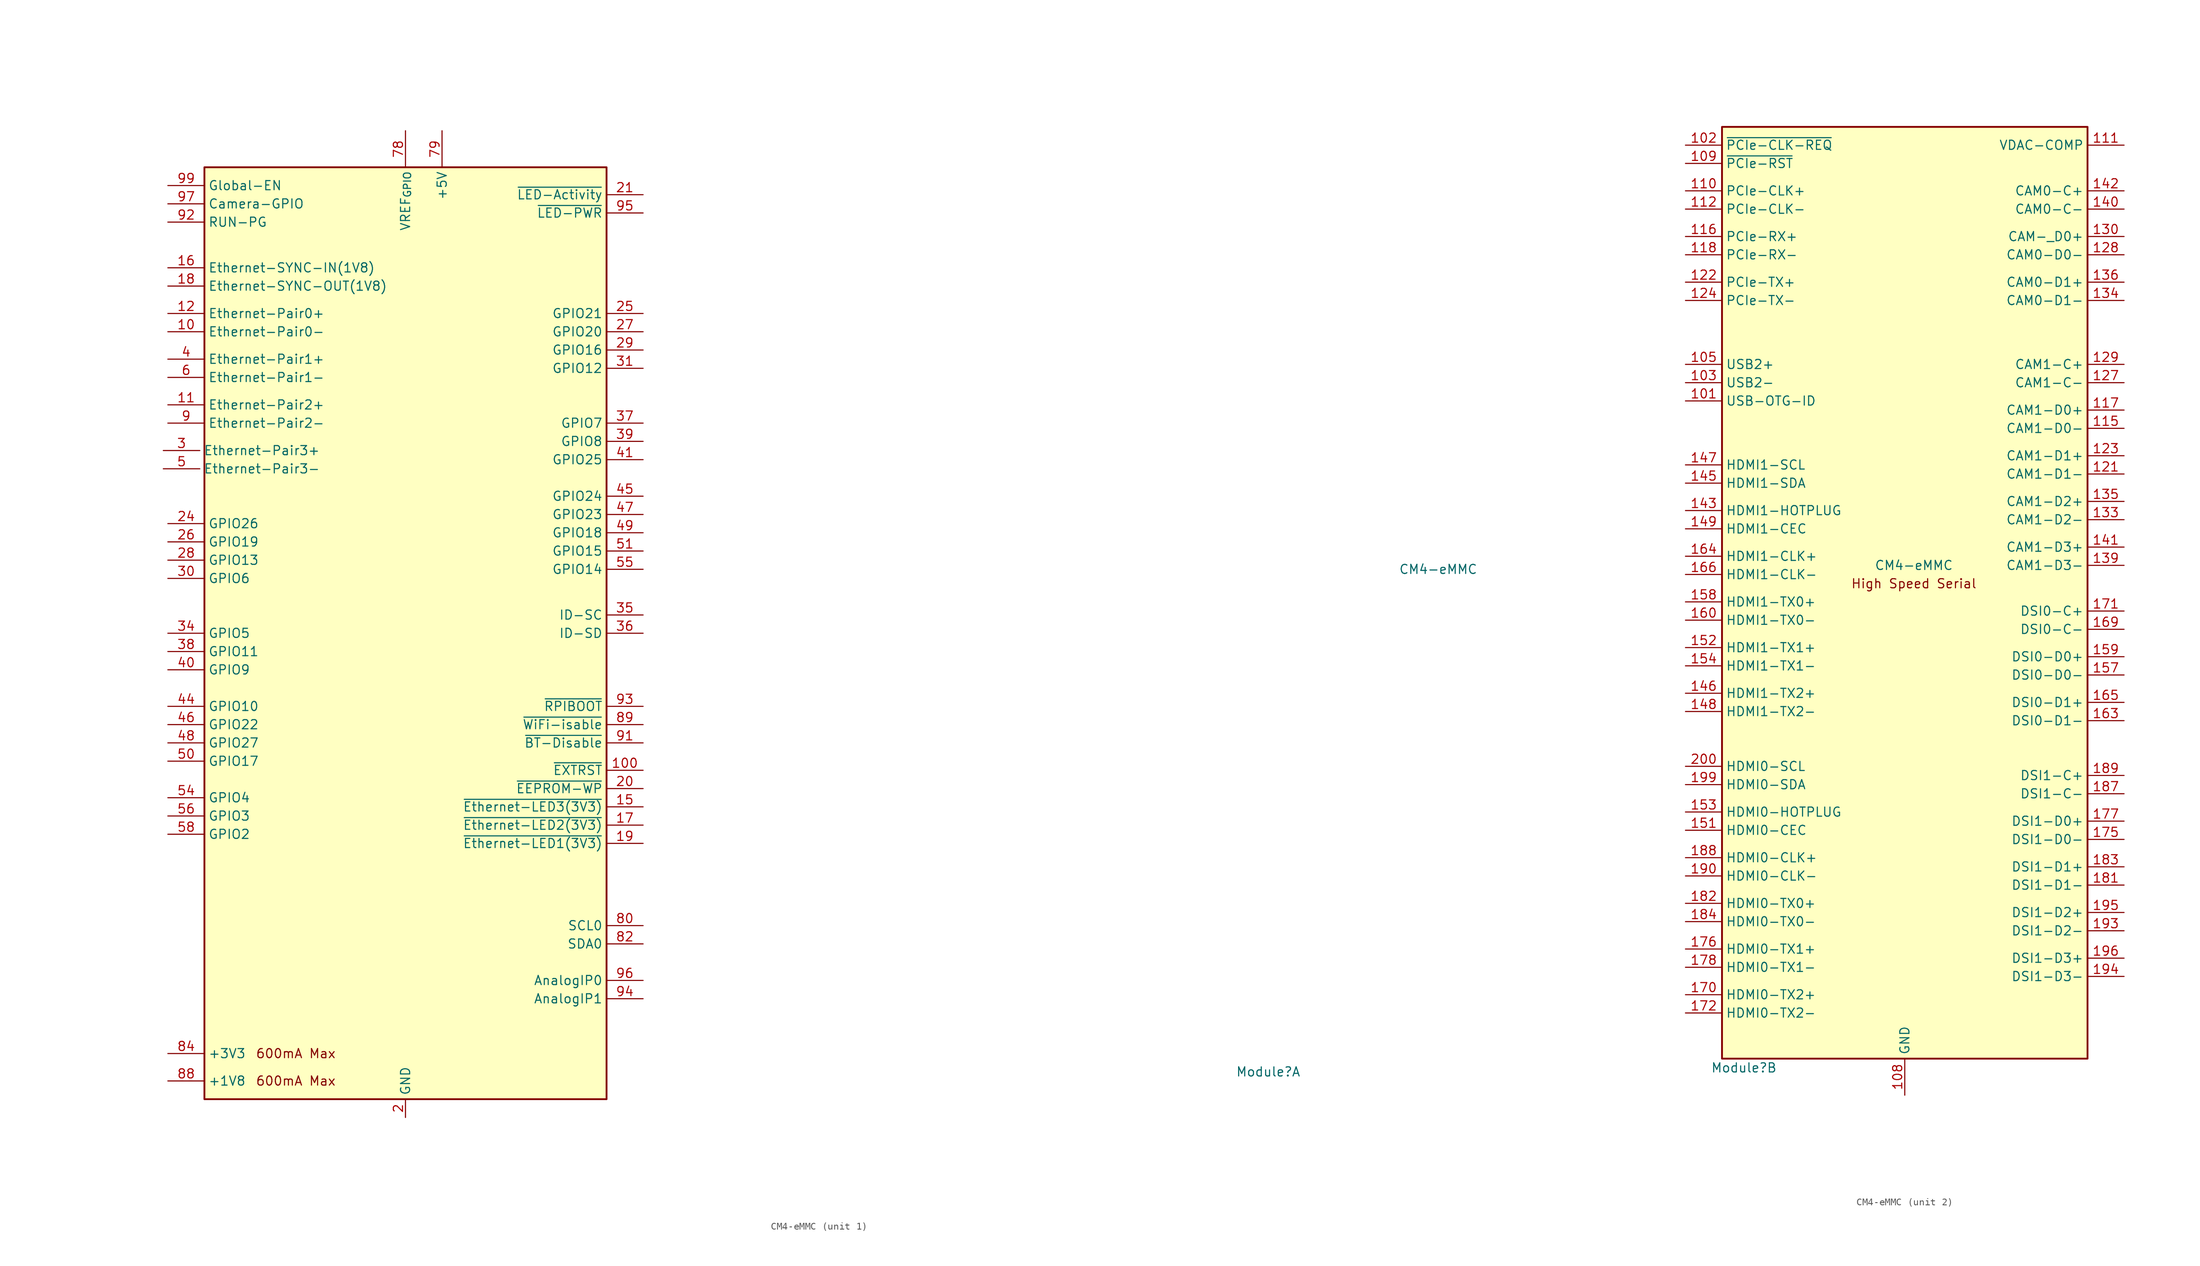
<source format=kicad_sym>
(kicad_symbol_lib
  (version 20231120)
  (generator "kicad_symbol_editor")
  (generator_version "8.0")
  (symbol "CM4-eMMC"
    (property "Reference" "Module"
      (at 117.348 -67.31 0)
      (effects (font (size 1.27 1.27))))
    (property "Value" "CM4-eMMC"
      (at 140.97 2.54 0)
      (effects (font (size 1.27 1.27))))
    (symbol "CM4-eMMC_1_1"
      (rectangle (start -30.48 58.42) (end 25.4 -71.12) (stroke (width 0.254) (type default)) (fill (type background)))
      (text "600mA Max" (at -17.78 -68.58 0) (effects (font (size 1.27 1.27))))
      (text "600mA Max" (at -17.78 -64.77 0) (effects (font (size 1.27 1.27))))
      (pin power_in line (at -2.54 -73.66 90) (length 2.54) hide (name "GND" (effects (font (size 1.27 1.27)))) (number "1" (effects (font (size 1.27 1.27)))))
      (pin bidirectional line (at -35.56 35.56 0) (length 5.08) (name "Ethernet-Pair0-" (effects (font (size 1.27 1.27)))) (number "10" (effects (font (size 1.27 1.27)))))
      (pin output line (at 30.48 -25.4 180) (length 5.08) (name "~{EXTRST}" (effects (font (size 1.27 1.27)))) (number "100" (effects (font (size 1.27 1.27)))))
      (pin bidirectional line (at -35.56 25.4 0) (length 5.08) (name "Ethernet-Pair2+" (effects (font (size 1.27 1.27)))) (number "11" (effects (font (size 1.27 1.27)))))
      (pin bidirectional line (at -35.56 38.1 0) (length 5.08) (name "Ethernet-Pair0+" (effects (font (size 1.27 1.27)))) (number "12" (effects (font (size 1.27 1.27)))))
      (pin power_in line (at -2.54 -73.66 90) (length 2.54) hide (name "GND" (effects (font (size 1.27 1.27)))) (number "13" (effects (font (size 1.27 1.27)))))
      (pin power_in line (at -2.54 -73.66 90) (length 2.54) hide (name "GND" (effects (font (size 1.27 1.27)))) (number "14" (effects (font (size 1.27 1.27)))))
      (pin output line (at 30.48 -30.48 180) (length 5.08) (name "~{Ethernet-LED3(3V3)}" (effects (font (size 1.27 1.27)))) (number "15" (effects (font (size 1.27 1.27)))))
      (pin input line (at -35.56 44.45 0) (length 5.08) (name "Ethernet-SYNC-IN(1V8)" (effects (font (size 1.27 1.27)))) (number "16" (effects (font (size 1.27 1.27)))))
      (pin output line (at 30.48 -33.02 180) (length 5.08) (name "~{Ethernet-LED2(3V3)}" (effects (font (size 1.27 1.27)))) (number "17" (effects (font (size 1.27 1.27)))))
      (pin input line (at -35.56 41.91 0) (length 5.08) (name "Ethernet-SYNC-OUT(1V8)" (effects (font (size 1.27 1.27)))) (number "18" (effects (font (size 1.27 1.27)))))
      (pin output line (at 30.48 -35.56 180) (length 5.08) (name "~{Ethernet-LED1(3V3)}" (effects (font (size 1.27 1.27)))) (number "19" (effects (font (size 1.27 1.27)))))
      (pin power_in line (at -2.54 -73.66 90) (length 2.54) (name "GND" (effects (font (size 1.27 1.27)))) (number "2" (effects (font (size 1.27 1.27)))))
      (pin bidirectional line (at 30.48 -27.94 180) (length 5.08) (name "~{EEPROM-WP}" (effects (font (size 1.27 1.27)))) (number "20" (effects (font (size 1.27 1.27)))))
      (pin open_collector line (at 30.48 54.61 180) (length 5.08) (name "~{LED-Activity}" (effects (font (size 1.27 1.27)))) (number "21" (effects (font (size 1.27 1.27)))))
      (pin power_in line (at -2.54 -73.66 90) (length 2.54) hide (name "GND" (effects (font (size 1.27 1.27)))) (number "22" (effects (font (size 1.27 1.27)))))
      (pin power_in line (at -2.54 -73.66 90) (length 2.54) hide (name "GND" (effects (font (size 1.27 1.27)))) (number "23" (effects (font (size 1.27 1.27)))))
      (pin bidirectional line (at -35.56 8.89 0) (length 5.08) (name "GPIO26" (effects (font (size 1.27 1.27)))) (number "24" (effects (font (size 1.27 1.27)))))
      (pin bidirectional line (at 30.48 38.1 180) (length 5.08) (name "GPIO21" (effects (font (size 1.27 1.27)))) (number "25" (effects (font (size 1.27 1.27)))))
      (pin bidirectional line (at -35.56 6.35 0) (length 5.08) (name "GPIO19" (effects (font (size 1.27 1.27)))) (number "26" (effects (font (size 1.27 1.27)))))
      (pin bidirectional line (at 30.48 35.56 180) (length 5.08) (name "GPIO20" (effects (font (size 1.27 1.27)))) (number "27" (effects (font (size 1.27 1.27)))))
      (pin bidirectional line (at -35.56 3.81 0) (length 5.08) (name "GPIO13" (effects (font (size 1.27 1.27)))) (number "28" (effects (font (size 1.27 1.27)))))
      (pin bidirectional line (at 30.48 33.02 180) (length 5.08) (name "GPIO16" (effects (font (size 1.27 1.27)))) (number "29" (effects (font (size 1.27 1.27)))))
      (pin bidirectional line (at -36.195 19.05 0) (length 5.08) (name "Ethernet-Pair3+" (effects (font (size 1.27 1.27)))) (number "3" (effects (font (size 1.27 1.27)))))
      (pin bidirectional line (at -35.56 1.27 0) (length 5.08) (name "GPIO6" (effects (font (size 1.27 1.27)))) (number "30" (effects (font (size 1.27 1.27)))))
      (pin bidirectional line (at 30.48 30.48 180) (length 5.08) (name "GPIO12" (effects (font (size 1.27 1.27)))) (number "31" (effects (font (size 1.27 1.27)))))
      (pin power_in line (at -2.54 -73.66 90) (length 2.54) hide (name "GND" (effects (font (size 1.27 1.27)))) (number "32" (effects (font (size 1.27 1.27)))))
      (pin power_in line (at -2.54 -73.66 90) (length 2.54) hide (name "GND" (effects (font (size 1.27 1.27)))) (number "33" (effects (font (size 1.27 1.27)))))
      (pin bidirectional line (at -35.56 -6.35 0) (length 5.08) (name "GPIO5" (effects (font (size 1.27 1.27)))) (number "34" (effects (font (size 1.27 1.27)))))
      (pin bidirectional line (at 30.48 -3.81 180) (length 5.08) (name "ID-SC" (effects (font (size 1.27 1.27)))) (number "35" (effects (font (size 1.27 1.27)))))
      (pin bidirectional line (at 30.48 -6.35 180) (length 5.08) (name "ID-SD" (effects (font (size 1.27 1.27)))) (number "36" (effects (font (size 1.27 1.27)))))
      (pin bidirectional line (at 30.48 22.86 180) (length 5.08) (name "GPIO7" (effects (font (size 1.27 1.27)))) (number "37" (effects (font (size 1.27 1.27)))))
      (pin bidirectional line (at -35.56 -8.89 0) (length 5.08) (name "GPIO11" (effects (font (size 1.27 1.27)))) (number "38" (effects (font (size 1.27 1.27)))))
      (pin bidirectional line (at 30.48 20.32 180) (length 5.08) (name "GPIO8" (effects (font (size 1.27 1.27)))) (number "39" (effects (font (size 1.27 1.27)))))
      (pin bidirectional line (at -35.56 31.75 0) (length 5.08) (name "Ethernet-Pair1+" (effects (font (size 1.27 1.27)))) (number "4" (effects (font (size 1.27 1.27)))))
      (pin bidirectional line (at -35.56 -11.43 0) (length 5.08) (name "GPIO9" (effects (font (size 1.27 1.27)))) (number "40" (effects (font (size 1.27 1.27)))))
      (pin bidirectional line (at 30.48 17.78 180) (length 5.08) (name "GPIO25" (effects (font (size 1.27 1.27)))) (number "41" (effects (font (size 1.27 1.27)))))
      (pin power_in line (at -2.54 -73.66 90) (length 2.54) hide (name "GND" (effects (font (size 1.27 1.27)))) (number "42" (effects (font (size 1.27 1.27)))))
      (pin power_in line (at -2.54 -73.66 90) (length 2.54) hide (name "GND" (effects (font (size 1.27 1.27)))) (number "43" (effects (font (size 1.27 1.27)))))
      (pin bidirectional line (at -35.56 -16.51 0) (length 5.08) (name "GPIO10" (effects (font (size 1.27 1.27)))) (number "44" (effects (font (size 1.27 1.27)))))
      (pin bidirectional line (at 30.48 12.7 180) (length 5.08) (name "GPIO24" (effects (font (size 1.27 1.27)))) (number "45" (effects (font (size 1.27 1.27)))))
      (pin bidirectional line (at -35.56 -19.05 0) (length 5.08) (name "GPIO22" (effects (font (size 1.27 1.27)))) (number "46" (effects (font (size 1.27 1.27)))))
      (pin bidirectional line (at 30.48 10.16 180) (length 5.08) (name "GPIO23" (effects (font (size 1.27 1.27)))) (number "47" (effects (font (size 1.27 1.27)))))
      (pin bidirectional line (at -35.56 -21.59 0) (length 5.08) (name "GPIO27" (effects (font (size 1.27 1.27)))) (number "48" (effects (font (size 1.27 1.27)))))
      (pin bidirectional line (at 30.48 7.62 180) (length 5.08) (name "GPIO18" (effects (font (size 1.27 1.27)))) (number "49" (effects (font (size 1.27 1.27)))))
      (pin bidirectional line (at -36.195 16.51 0) (length 5.08) (name "Ethernet-Pair3-" (effects (font (size 1.27 1.27)))) (number "5" (effects (font (size 1.27 1.27)))))
      (pin bidirectional line (at -35.56 -24.13 0) (length 5.08) (name "GPIO17" (effects (font (size 1.27 1.27)))) (number "50" (effects (font (size 1.27 1.27)))))
      (pin bidirectional line (at 30.48 5.08 180) (length 5.08) (name "GPIO15" (effects (font (size 1.27 1.27)))) (number "51" (effects (font (size 1.27 1.27)))))
      (pin power_in line (at -2.54 -73.66 90) (length 2.54) hide (name "GND" (effects (font (size 1.27 1.27)))) (number "52" (effects (font (size 1.27 1.27)))))
      (pin power_in line (at -2.54 -73.66 90) (length 2.54) hide (name "GND" (effects (font (size 1.27 1.27)))) (number "53" (effects (font (size 1.27 1.27)))))
      (pin bidirectional line (at -35.56 -29.21 0) (length 5.08) (name "GPIO4" (effects (font (size 1.27 1.27)))) (number "54" (effects (font (size 1.27 1.27)))))
      (pin bidirectional line (at 30.48 2.54 180) (length 5.08) (name "GPIO14" (effects (font (size 1.27 1.27)))) (number "55" (effects (font (size 1.27 1.27)))))
      (pin bidirectional line (at -35.56 -31.75 0) (length 5.08) (name "GPIO3" (effects (font (size 1.27 1.27)))) (number "56" (effects (font (size 1.27 1.27)))))
      (pin bidirectional line (at -35.56 -34.29 0) (length 5.08) (name "GPIO2" (effects (font (size 1.27 1.27)))) (number "58" (effects (font (size 1.27 1.27)))))
      (pin power_in line (at -2.54 -73.66 90) (length 2.54) hide (name "GND" (effects (font (size 1.27 1.27)))) (number "59" (effects (font (size 1.27 1.27)))))
      (pin bidirectional line (at -35.56 29.21 0) (length 5.08) (name "Ethernet-Pair1-" (effects (font (size 1.27 1.27)))) (number "6" (effects (font (size 1.27 1.27)))))
      (pin power_in line (at -2.54 -73.66 90) (length 2.54) hide (name "GND" (effects (font (size 1.27 1.27)))) (number "60" (effects (font (size 1.27 1.27)))))
      (pin power_in line (at -2.54 -73.66 90) (length 2.54) hide (name "GND" (effects (font (size 1.27 1.27)))) (number "65" (effects (font (size 1.27 1.27)))))
      (pin power_in line (at -2.54 -73.66 90) (length 2.54) hide (name "GND" (effects (font (size 1.27 1.27)))) (number "66" (effects (font (size 1.27 1.27)))))
      (pin power_in line (at -2.54 -73.66 90) (length 2.54) hide (name "GND" (effects (font (size 1.27 1.27)))) (number "7" (effects (font (size 1.27 1.27)))))
      (pin power_in line (at -2.54 -73.66 90) (length 2.54) hide (name "GND" (effects (font (size 1.27 1.27)))) (number "71" (effects (font (size 1.27 1.27)))))
      (pin power_in line (at -2.54 -73.66 90) (length 2.54) hide (name "GND" (effects (font (size 1.27 1.27)))) (number "74" (effects (font (size 1.27 1.27)))))
      (pin passive line (at -35.56 -36.83 0) (length 5.08) hide (name "Reserved" (effects (font (size 1.27 1.27)))) (number "76" (effects (font (size 1.27 1.27)))))
      (pin power_in line (at 2.54 63.5 270) (length 5.08) hide (name "+5V" (effects (font (size 1.27 1.27)))) (number "77" (effects (font (size 1.27 1.27)))))
      (pin power_in line (at -2.54 63.5 270) (length 5.08) (name "VREF_{GPIO}" (effects (font (size 1.27 1.27)))) (number "78" (effects (font (size 1.27 1.27)))))
      (pin power_in line (at 2.54 63.5 270) (length 5.08) (name "+5V" (effects (font (size 1.27 1.27)))) (number "79" (effects (font (size 1.27 1.27)))))
      (pin power_in line (at -2.54 -73.66 90) (length 2.54) hide (name "GND" (effects (font (size 1.27 1.27)))) (number "8" (effects (font (size 1.27 1.27)))))
      (pin passive line (at 30.48 -46.99 180) (length 5.08) (name "SCL0" (effects (font (size 1.27 1.27)))) (number "80" (effects (font (size 1.27 1.27)))))
      (pin power_in line (at 2.54 63.5 270) (length 5.08) hide (name "+5V" (effects (font (size 1.27 1.27)))) (number "81" (effects (font (size 1.27 1.27)))))
      (pin passive line (at 30.48 -49.53 180) (length 5.08) (name "SDA0" (effects (font (size 1.27 1.27)))) (number "82" (effects (font (size 1.27 1.27)))))
      (pin power_in line (at 2.54 63.5 270) (length 5.08) hide (name "+5V" (effects (font (size 1.27 1.27)))) (number "83" (effects (font (size 1.27 1.27)))))
      (pin power_out line (at -35.56 -64.77 0) (length 5.08) (name "+3V3" (effects (font (size 1.27 1.27)))) (number "84" (effects (font (size 1.27 1.27)))))
      (pin power_in line (at 2.54 63.5 270) (length 5.08) hide (name "+5V" (effects (font (size 1.27 1.27)))) (number "85" (effects (font (size 1.27 1.27)))))
      (pin power_out line (at -35.56 -64.77 0) (length 5.08) hide (name "+3V3" (effects (font (size 1.27 1.27)))) (number "86" (effects (font (size 1.27 1.27)))))
      (pin power_in line (at 2.54 63.5 270) (length 5.08) hide (name "+5V" (effects (font (size 1.27 1.27)))) (number "87" (effects (font (size 1.27 1.27)))))
      (pin power_out line (at -35.56 -68.58 0) (length 5.08) (name "+1V8" (effects (font (size 1.27 1.27)))) (number "88" (effects (font (size 1.27 1.27)))))
      (pin input line (at 30.48 -19.05 180) (length 5.08) (name "~{WiFi-isable}" (effects (font (size 1.27 1.27)))) (number "89" (effects (font (size 1.27 1.27)))))
      (pin bidirectional line (at -35.56 22.86 0) (length 5.08) (name "Ethernet-Pair2-" (effects (font (size 1.27 1.27)))) (number "9" (effects (font (size 1.27 1.27)))))
      (pin power_out line (at -35.56 -68.58 0) (length 5.08) hide (name "+1V8" (effects (font (size 1.27 1.27)))) (number "90" (effects (font (size 1.27 1.27)))))
      (pin input line (at 30.48 -21.59 180) (length 5.08) (name "~{BT-Disable}" (effects (font (size 1.27 1.27)))) (number "91" (effects (font (size 1.27 1.27)))))
      (pin passive line (at -35.56 50.8 0) (length 5.08) (name "RUN-PG" (effects (font (size 1.27 1.27)))) (number "92" (effects (font (size 1.27 1.27)))))
      (pin input line (at 30.48 -16.51 180) (length 5.08) (name "~{RPIBOOT}" (effects (font (size 1.27 1.27)))) (number "93" (effects (font (size 1.27 1.27)))))
      (pin passive line (at 30.48 -57.15 180) (length 5.08) (name "AnalogIP1" (effects (font (size 1.27 1.27)))) (number "94" (effects (font (size 1.27 1.27)))))
      (pin output line (at 30.48 52.07 180) (length 5.08) (name "~{LED-PWR}" (effects (font (size 1.27 1.27)))) (number "95" (effects (font (size 1.27 1.27)))))
      (pin passive line (at 30.48 -54.61 180) (length 5.08) (name "AnalogIP0" (effects (font (size 1.27 1.27)))) (number "96" (effects (font (size 1.27 1.27)))))
      (pin passive line (at -35.56 53.34 0) (length 5.08) (name "Camera-GPIO" (effects (font (size 1.27 1.27)))) (number "97" (effects (font (size 1.27 1.27)))))
      (pin power_in line (at -2.54 -73.66 90) (length 2.54) hide (name "GND" (effects (font (size 1.27 1.27)))) (number "98" (effects (font (size 1.27 1.27)))))
      (pin input line (at -35.56 55.88 0) (length 5.08) (name "Global-EN" (effects (font (size 1.27 1.27)))) (number "99" (effects (font (size 1.27 1.27))))))
    (symbol "CM4-eMMC_2_1"
      (rectangle (start 114.3 63.5) (end 165.1 -66.04) (stroke (width 0.254) (type default)) (fill (type background)))
      (text "High Speed Serial" (at 140.97 0 0) (effects (font (size 1.27 1.27))))
      (pin input line (at 109.22 25.4 0) (length 5.08) (name "USB-OTG-ID" (effects (font (size 1.27 1.27)))) (number "101" (effects (font (size 1.27 1.27)))))
      (pin input line (at 109.22 60.96 0) (length 5.08) (name "~{PCIe-CLK-REQ}" (effects (font (size 1.27 1.27)))) (number "102" (effects (font (size 1.27 1.27)))))
      (pin passive line (at 109.22 27.94 0) (length 5.08) (name "USB2-" (effects (font (size 1.27 1.27)))) (number "103" (effects (font (size 1.27 1.27)))))
      (pin passive line (at 132.08 58.42 90) (length 5.08) hide (name "Reserved" (effects (font (size 1.27 1.27)))) (number "104" (effects (font (size 1.27 1.27)))))
      (pin passive line (at 109.22 30.48 0) (length 5.08) (name "USB2+" (effects (font (size 1.27 1.27)))) (number "105" (effects (font (size 1.27 1.27)))))
      (pin passive line (at 132.08 58.42 90) (length 5.08) hide (name "Reserved" (effects (font (size 1.27 1.27)))) (number "106" (effects (font (size 1.27 1.27)))))
      (pin power_in line (at 139.7 -71.12 90) (length 5.08) hide (name "GND" (effects (font (size 1.27 1.27)))) (number "107" (effects (font (size 1.27 1.27)))))
      (pin power_in line (at 139.7 -71.12 90) (length 5.08) (name "GND" (effects (font (size 1.27 1.27)))) (number "108" (effects (font (size 1.27 1.27)))))
      (pin bidirectional line (at 109.22 58.42 0) (length 5.08) (name "~{PCIe-RST}" (effects (font (size 1.27 1.27)))) (number "109" (effects (font (size 1.27 1.27)))))
      (pin output line (at 109.22 54.61 0) (length 5.08) (name "PCIe-CLK+" (effects (font (size 1.27 1.27)))) (number "110" (effects (font (size 1.27 1.27)))))
      (pin passive line (at 170.18 60.96 180) (length 5.08) (name "VDAC-COMP" (effects (font (size 1.27 1.27)))) (number "111" (effects (font (size 1.27 1.27)))))
      (pin output line (at 109.22 52.07 0) (length 5.08) (name "PCIe-CLK-" (effects (font (size 1.27 1.27)))) (number "112" (effects (font (size 1.27 1.27)))))
      (pin power_in line (at 139.7 -71.12 90) (length 5.08) hide (name "GND" (effects (font (size 1.27 1.27)))) (number "113" (effects (font (size 1.27 1.27)))))
      (pin power_in line (at 139.7 -71.12 90) (length 5.08) hide (name "GND" (effects (font (size 1.27 1.27)))) (number "114" (effects (font (size 1.27 1.27)))))
      (pin input line (at 170.18 21.59 180) (length 5.08) (name "CAM1-D0-" (effects (font (size 1.27 1.27)))) (number "115" (effects (font (size 1.27 1.27)))))
      (pin input line (at 109.22 48.26 0) (length 5.08) (name "PCIe-RX+" (effects (font (size 1.27 1.27)))) (number "116" (effects (font (size 1.27 1.27)))))
      (pin input line (at 170.18 24.13 180) (length 5.08) (name "CAM1-D0+" (effects (font (size 1.27 1.27)))) (number "117" (effects (font (size 1.27 1.27)))))
      (pin input line (at 109.22 45.72 0) (length 5.08) (name "PCIe-RX-" (effects (font (size 1.27 1.27)))) (number "118" (effects (font (size 1.27 1.27)))))
      (pin power_in line (at 139.7 -71.12 90) (length 5.08) hide (name "GND" (effects (font (size 1.27 1.27)))) (number "119" (effects (font (size 1.27 1.27)))))
      (pin power_in line (at 139.7 -71.12 90) (length 5.08) hide (name "GND" (effects (font (size 1.27 1.27)))) (number "120" (effects (font (size 1.27 1.27)))))
      (pin input line (at 170.18 15.24 180) (length 5.08) (name "CAM1-D1-" (effects (font (size 1.27 1.27)))) (number "121" (effects (font (size 1.27 1.27)))))
      (pin output line (at 109.22 41.91 0) (length 5.08) (name "PCIe-TX+" (effects (font (size 1.27 1.27)))) (number "122" (effects (font (size 1.27 1.27)))))
      (pin input line (at 170.18 17.78 180) (length 5.08) (name "CAM1-D1+" (effects (font (size 1.27 1.27)))) (number "123" (effects (font (size 1.27 1.27)))))
      (pin output line (at 109.22 39.37 0) (length 5.08) (name "PCIe-TX-" (effects (font (size 1.27 1.27)))) (number "124" (effects (font (size 1.27 1.27)))))
      (pin power_in line (at 139.7 -71.12 90) (length 5.08) hide (name "GND" (effects (font (size 1.27 1.27)))) (number "125" (effects (font (size 1.27 1.27)))))
      (pin power_in line (at 139.7 -71.12 90) (length 5.08) hide (name "GND" (effects (font (size 1.27 1.27)))) (number "126" (effects (font (size 1.27 1.27)))))
      (pin input line (at 170.18 27.94 180) (length 5.08) (name "CAM1-C-" (effects (font (size 1.27 1.27)))) (number "127" (effects (font (size 1.27 1.27)))))
      (pin input line (at 170.18 45.72 180) (length 5.08) (name "CAM0-D0-" (effects (font (size 1.27 1.27)))) (number "128" (effects (font (size 1.27 1.27)))))
      (pin input line (at 170.18 30.48 180) (length 5.08) (name "CAM1-C+" (effects (font (size 1.27 1.27)))) (number "129" (effects (font (size 1.27 1.27)))))
      (pin input line (at 170.18 48.26 180) (length 5.08) (name "CAM-_D0+" (effects (font (size 1.27 1.27)))) (number "130" (effects (font (size 1.27 1.27)))))
      (pin power_in line (at 139.7 -71.12 90) (length 5.08) hide (name "GND" (effects (font (size 1.27 1.27)))) (number "131" (effects (font (size 1.27 1.27)))))
      (pin power_in line (at 139.7 -71.12 90) (length 5.08) hide (name "GND" (effects (font (size 1.27 1.27)))) (number "132" (effects (font (size 1.27 1.27)))))
      (pin input line (at 170.18 8.89 180) (length 5.08) (name "CAM1-D2-" (effects (font (size 1.27 1.27)))) (number "133" (effects (font (size 1.27 1.27)))))
      (pin input line (at 170.18 39.37 180) (length 5.08) (name "CAM0-D1-" (effects (font (size 1.27 1.27)))) (number "134" (effects (font (size 1.27 1.27)))))
      (pin input line (at 170.18 11.43 180) (length 5.08) (name "CAM1-D2+" (effects (font (size 1.27 1.27)))) (number "135" (effects (font (size 1.27 1.27)))))
      (pin input line (at 170.18 41.91 180) (length 5.08) (name "CAM0-D1+" (effects (font (size 1.27 1.27)))) (number "136" (effects (font (size 1.27 1.27)))))
      (pin power_in line (at 139.7 -71.12 90) (length 5.08) hide (name "GND" (effects (font (size 1.27 1.27)))) (number "137" (effects (font (size 1.27 1.27)))))
      (pin power_in line (at 139.7 -71.12 90) (length 5.08) hide (name "GND" (effects (font (size 1.27 1.27)))) (number "138" (effects (font (size 1.27 1.27)))))
      (pin input line (at 170.18 2.54 180) (length 5.08) (name "CAM1-D3-" (effects (font (size 1.27 1.27)))) (number "139" (effects (font (size 1.27 1.27)))))
      (pin input line (at 170.18 52.07 180) (length 5.08) (name "CAM0-C-" (effects (font (size 1.27 1.27)))) (number "140" (effects (font (size 1.27 1.27)))))
      (pin input line (at 170.18 5.08 180) (length 5.08) (name "CAM1-D3+" (effects (font (size 1.27 1.27)))) (number "141" (effects (font (size 1.27 1.27)))))
      (pin input line (at 170.18 54.61 180) (length 5.08) (name "CAM0-C+" (effects (font (size 1.27 1.27)))) (number "142" (effects (font (size 1.27 1.27)))))
      (pin input line (at 109.22 10.16 0) (length 5.08) (name "HDMI1-HOTPLUG" (effects (font (size 1.27 1.27)))) (number "143" (effects (font (size 1.27 1.27)))))
      (pin power_in line (at 139.7 -71.12 90) (length 5.08) hide (name "GND" (effects (font (size 1.27 1.27)))) (number "144" (effects (font (size 1.27 1.27)))))
      (pin bidirectional line (at 109.22 13.97 0) (length 5.08) (name "HDMI1-SDA" (effects (font (size 1.27 1.27)))) (number "145" (effects (font (size 1.27 1.27)))))
      (pin output line (at 109.22 -15.24 0) (length 5.08) (name "HDMI1-TX2+" (effects (font (size 1.27 1.27)))) (number "146" (effects (font (size 1.27 1.27)))))
      (pin open_collector line (at 109.22 16.51 0) (length 5.08) (name "HDMI1-SCL" (effects (font (size 1.27 1.27)))) (number "147" (effects (font (size 1.27 1.27)))))
      (pin output line (at 109.22 -17.78 0) (length 5.08) (name "HDMI1-TX2-" (effects (font (size 1.27 1.27)))) (number "148" (effects (font (size 1.27 1.27)))))
      (pin open_collector line (at 109.22 7.62 0) (length 5.08) (name "HDMI1-CEC" (effects (font (size 1.27 1.27)))) (number "149" (effects (font (size 1.27 1.27)))))
      (pin power_in line (at 139.7 -71.12 90) (length 5.08) hide (name "GND" (effects (font (size 1.27 1.27)))) (number "150" (effects (font (size 1.27 1.27)))))
      (pin open_collector line (at 109.22 -34.29 0) (length 5.08) (name "HDMI0-CEC" (effects (font (size 1.27 1.27)))) (number "151" (effects (font (size 1.27 1.27)))))
      (pin output line (at 109.22 -8.89 0) (length 5.08) (name "HDMI1-TX1+" (effects (font (size 1.27 1.27)))) (number "152" (effects (font (size 1.27 1.27)))))
      (pin input line (at 109.22 -31.75 0) (length 5.08) (name "HDMI0-HOTPLUG" (effects (font (size 1.27 1.27)))) (number "153" (effects (font (size 1.27 1.27)))))
      (pin output line (at 109.22 -11.43 0) (length 5.08) (name "HDMI1-TX1-" (effects (font (size 1.27 1.27)))) (number "154" (effects (font (size 1.27 1.27)))))
      (pin power_in line (at 139.7 -71.12 90) (length 5.08) hide (name "GND" (effects (font (size 1.27 1.27)))) (number "155" (effects (font (size 1.27 1.27)))))
      (pin power_in line (at 139.7 -71.12 90) (length 5.08) hide (name "GND" (effects (font (size 1.27 1.27)))) (number "156" (effects (font (size 1.27 1.27)))))
      (pin output line (at 170.18 -12.7 180) (length 5.08) (name "DSI0-D0-" (effects (font (size 1.27 1.27)))) (number "157" (effects (font (size 1.27 1.27)))))
      (pin output line (at 109.22 -2.54 0) (length 5.08) (name "HDMI1-TX0+" (effects (font (size 1.27 1.27)))) (number "158" (effects (font (size 1.27 1.27)))))
      (pin output line (at 170.18 -10.16 180) (length 5.08) (name "DSI0-D0+" (effects (font (size 1.27 1.27)))) (number "159" (effects (font (size 1.27 1.27)))))
      (pin output line (at 109.22 -5.08 0) (length 5.08) (name "HDMI1-TX0-" (effects (font (size 1.27 1.27)))) (number "160" (effects (font (size 1.27 1.27)))))
      (pin power_in line (at 139.7 -71.12 90) (length 5.08) hide (name "GND" (effects (font (size 1.27 1.27)))) (number "161" (effects (font (size 1.27 1.27)))))
      (pin power_in line (at 139.7 -71.12 90) (length 5.08) hide (name "GND" (effects (font (size 1.27 1.27)))) (number "162" (effects (font (size 1.27 1.27)))))
      (pin output line (at 170.18 -19.05 180) (length 5.08) (name "DSI0-D1-" (effects (font (size 1.27 1.27)))) (number "163" (effects (font (size 1.27 1.27)))))
      (pin output line (at 109.22 3.81 0) (length 5.08) (name "HDMI1-CLK+" (effects (font (size 1.27 1.27)))) (number "164" (effects (font (size 1.27 1.27)))))
      (pin output line (at 170.18 -16.51 180) (length 5.08) (name "DSI0-D1+" (effects (font (size 1.27 1.27)))) (number "165" (effects (font (size 1.27 1.27)))))
      (pin output line (at 109.22 1.27 0) (length 5.08) (name "HDMI1-CLK-" (effects (font (size 1.27 1.27)))) (number "166" (effects (font (size 1.27 1.27)))))
      (pin power_in line (at 139.7 -71.12 90) (length 5.08) hide (name "GND" (effects (font (size 1.27 1.27)))) (number "167" (effects (font (size 1.27 1.27)))))
      (pin power_in line (at 139.7 -71.12 90) (length 5.08) hide (name "GND" (effects (font (size 1.27 1.27)))) (number "168" (effects (font (size 1.27 1.27)))))
      (pin output line (at 170.18 -6.35 180) (length 5.08) (name "DSI0-C-" (effects (font (size 1.27 1.27)))) (number "169" (effects (font (size 1.27 1.27)))))
      (pin output line (at 109.22 -57.15 0) (length 5.08) (name "HDMI0-TX2+" (effects (font (size 1.27 1.27)))) (number "170" (effects (font (size 1.27 1.27)))))
      (pin output line (at 170.18 -3.81 180) (length 5.08) (name "DSI0-C+" (effects (font (size 1.27 1.27)))) (number "171" (effects (font (size 1.27 1.27)))))
      (pin output line (at 109.22 -59.69 0) (length 5.08) (name "HDMI0-TX2-" (effects (font (size 1.27 1.27)))) (number "172" (effects (font (size 1.27 1.27)))))
      (pin power_in line (at 139.7 -71.12 90) (length 5.08) hide (name "GND" (effects (font (size 1.27 1.27)))) (number "173" (effects (font (size 1.27 1.27)))))
      (pin power_in line (at 139.7 -71.12 90) (length 5.08) hide (name "GND" (effects (font (size 1.27 1.27)))) (number "174" (effects (font (size 1.27 1.27)))))
      (pin output line (at 170.18 -35.56 180) (length 5.08) (name "DSI1-D0-" (effects (font (size 1.27 1.27)))) (number "175" (effects (font (size 1.27 1.27)))))
      (pin output line (at 109.22 -50.8 0) (length 5.08) (name "HDMI0-TX1+" (effects (font (size 1.27 1.27)))) (number "176" (effects (font (size 1.27 1.27)))))
      (pin output line (at 170.18 -33.02 180) (length 5.08) (name "DSI1-D0+" (effects (font (size 1.27 1.27)))) (number "177" (effects (font (size 1.27 1.27)))))
      (pin output line (at 109.22 -53.34 0) (length 5.08) (name "HDMI0-TX1-" (effects (font (size 1.27 1.27)))) (number "178" (effects (font (size 1.27 1.27)))))
      (pin power_in line (at 139.7 -71.12 90) (length 5.08) hide (name "GND" (effects (font (size 1.27 1.27)))) (number "179" (effects (font (size 1.27 1.27)))))
      (pin power_in line (at 139.7 -71.12 90) (length 5.08) hide (name "GND" (effects (font (size 1.27 1.27)))) (number "180" (effects (font (size 1.27 1.27)))))
      (pin output line (at 170.18 -41.91 180) (length 5.08) (name "DSI1-D1-" (effects (font (size 1.27 1.27)))) (number "181" (effects (font (size 1.27 1.27)))))
      (pin output line (at 109.22 -44.45 0) (length 5.08) (name "HDMI0-TX0+" (effects (font (size 1.27 1.27)))) (number "182" (effects (font (size 1.27 1.27)))))
      (pin output line (at 170.18 -39.37 180) (length 5.08) (name "DSI1-D1+" (effects (font (size 1.27 1.27)))) (number "183" (effects (font (size 1.27 1.27)))))
      (pin output line (at 109.22 -46.99 0) (length 5.08) (name "HDMI0-TX0-" (effects (font (size 1.27 1.27)))) (number "184" (effects (font (size 1.27 1.27)))))
      (pin power_in line (at 139.7 -71.12 90) (length 5.08) hide (name "GND" (effects (font (size 1.27 1.27)))) (number "185" (effects (font (size 1.27 1.27)))))
      (pin power_in line (at 139.7 -71.12 90) (length 5.08) hide (name "GND" (effects (font (size 1.27 1.27)))) (number "186" (effects (font (size 1.27 1.27)))))
      (pin output line (at 170.18 -29.21 180) (length 5.08) (name "DSI1-C-" (effects (font (size 1.27 1.27)))) (number "187" (effects (font (size 1.27 1.27)))))
      (pin output line (at 109.22 -38.1 0) (length 5.08) (name "HDMI0-CLK+" (effects (font (size 1.27 1.27)))) (number "188" (effects (font (size 1.27 1.27)))))
      (pin output line (at 170.18 -26.67 180) (length 5.08) (name "DSI1-C+" (effects (font (size 1.27 1.27)))) (number "189" (effects (font (size 1.27 1.27)))))
      (pin output line (at 109.22 -40.64 0) (length 5.08) (name "HDMI0-CLK-" (effects (font (size 1.27 1.27)))) (number "190" (effects (font (size 1.27 1.27)))))
      (pin power_in line (at 139.7 -71.12 90) (length 5.08) hide (name "GND" (effects (font (size 1.27 1.27)))) (number "191" (effects (font (size 1.27 1.27)))))
      (pin power_in line (at 139.7 -71.12 90) (length 5.08) hide (name "GND" (effects (font (size 1.27 1.27)))) (number "192" (effects (font (size 1.27 1.27)))))
      (pin output line (at 170.18 -48.26 180) (length 5.08) (name "DSI1-D2-" (effects (font (size 1.27 1.27)))) (number "193" (effects (font (size 1.27 1.27)))))
      (pin output line (at 170.18 -54.61 180) (length 5.08) (name "DSI1-D3-" (effects (font (size 1.27 1.27)))) (number "194" (effects (font (size 1.27 1.27)))))
      (pin output line (at 170.18 -45.72 180) (length 5.08) (name "DSI1-D2+" (effects (font (size 1.27 1.27)))) (number "195" (effects (font (size 1.27 1.27)))))
      (pin output line (at 170.18 -52.07 180) (length 5.08) (name "DSI1-D3+" (effects (font (size 1.27 1.27)))) (number "196" (effects (font (size 1.27 1.27)))))
      (pin power_in line (at 139.7 -71.12 90) (length 5.08) hide (name "GND" (effects (font (size 1.27 1.27)))) (number "197" (effects (font (size 1.27 1.27)))))
      (pin power_in line (at 139.7 -71.12 90) (length 5.08) hide (name "GND" (effects (font (size 1.27 1.27)))) (number "198" (effects (font (size 1.27 1.27)))))
      (pin bidirectional line (at 109.22 -27.94 0) (length 5.08) (name "HDMI0-SDA" (effects (font (size 1.27 1.27)))) (number "199" (effects (font (size 1.27 1.27)))))
      (pin open_collector line (at 109.22 -25.4 0) (length 5.08) (name "HDMI0-SCL" (effects (font (size 1.27 1.27)))) (number "200" (effects (font (size 1.27 1.27))))))))
</source>
